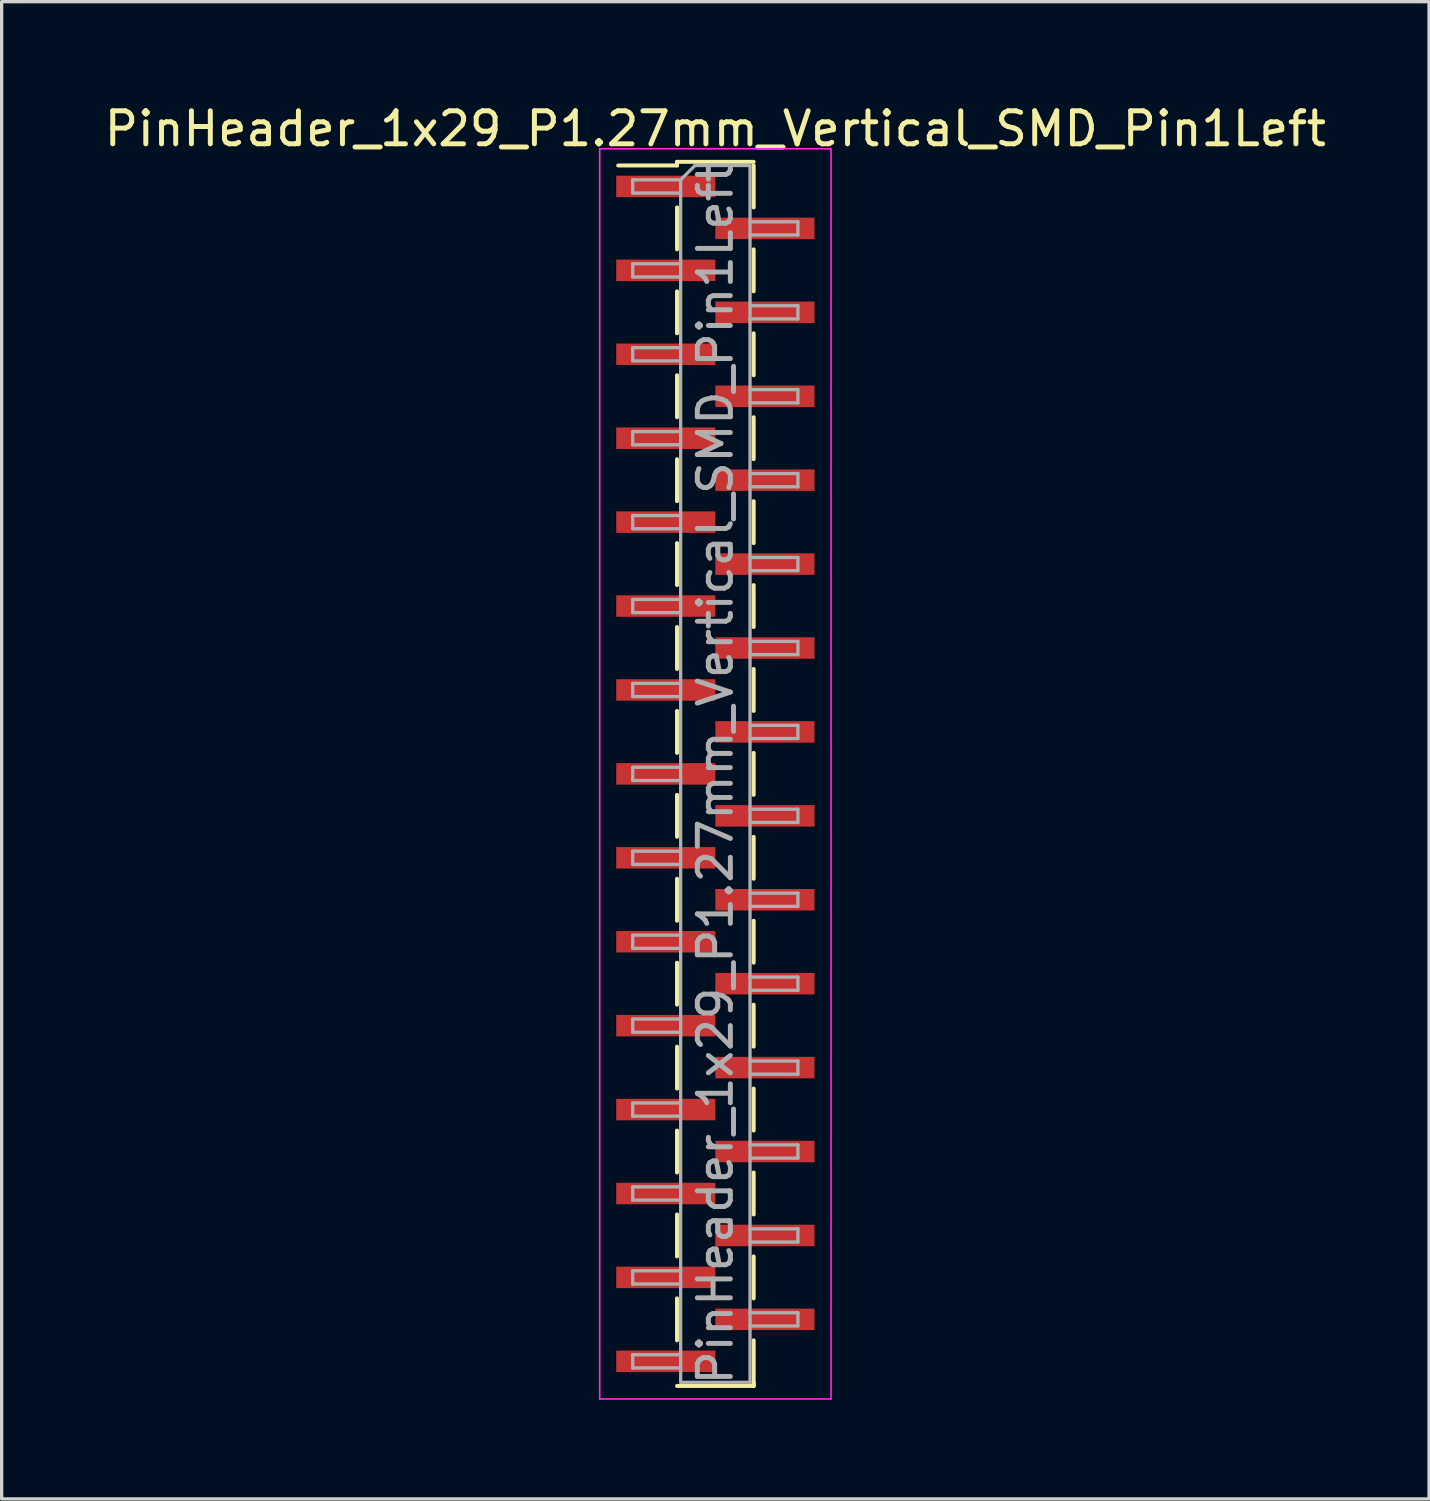
<source format=kicad_pcb>
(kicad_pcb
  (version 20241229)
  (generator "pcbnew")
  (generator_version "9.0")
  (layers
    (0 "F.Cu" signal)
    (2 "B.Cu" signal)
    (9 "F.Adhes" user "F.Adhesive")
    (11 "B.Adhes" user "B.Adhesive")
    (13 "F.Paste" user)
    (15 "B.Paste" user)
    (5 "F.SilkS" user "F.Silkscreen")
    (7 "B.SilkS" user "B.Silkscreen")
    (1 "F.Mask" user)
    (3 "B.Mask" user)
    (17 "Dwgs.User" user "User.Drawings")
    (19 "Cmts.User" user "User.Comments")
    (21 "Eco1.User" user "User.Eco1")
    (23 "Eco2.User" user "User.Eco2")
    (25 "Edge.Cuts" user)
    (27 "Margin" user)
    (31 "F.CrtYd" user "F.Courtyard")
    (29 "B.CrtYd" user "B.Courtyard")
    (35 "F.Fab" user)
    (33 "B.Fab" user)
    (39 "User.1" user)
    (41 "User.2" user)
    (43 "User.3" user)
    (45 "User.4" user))
  (footprint "PinHeader_1x29_P1.27mm_Vertical_SMD_Pin1Left"
    (layer "F.Cu")
    (at 18.601 20.373)
    (property "Reference" "PinHeader_1x29_P1.27mm_Vertical_SMD_Pin1Left" (at 0 -19.525 0) (layer "F.SilkS") (effects (font (size 1 1) (thickness 0.15))))
    (attr smd)
    (fp_line (start -1.16 -18.525) (end -1.16 -18.415) (stroke (width 0.12) (type solid)) (layer "F.SilkS"))
    (fp_line (start -1.16 -18.525) (end 1.16 -18.525) (stroke (width 0.12) (type solid)) (layer "F.SilkS"))
    (fp_line (start -1.16 -18.415) (end -2.94 -18.415) (stroke (width 0.12) (type solid)) (layer "F.SilkS"))
    (fp_line (start -1.16 -17.145) (end -1.16 -15.875) (stroke (width 0.12) (type solid)) (layer "F.SilkS"))
    (fp_line (start -1.16 -14.605) (end -1.16 -13.335) (stroke (width 0.12) (type solid)) (layer "F.SilkS"))
    (fp_line (start -1.16 -12.065) (end -1.16 -10.795) (stroke (width 0.12) (type solid)) (layer "F.SilkS"))
    (fp_line (start -1.16 -9.525) (end -1.16 -8.255) (stroke (width 0.12) (type solid)) (layer "F.SilkS"))
    (fp_line (start -1.16 -6.985) (end -1.16 -5.715) (stroke (width 0.12) (type solid)) (layer "F.SilkS"))
    (fp_line (start -1.16 -4.445) (end -1.16 -3.175) (stroke (width 0.12) (type solid)) (layer "F.SilkS"))
    (fp_line (start -1.16 -1.905) (end -1.16 -0.635) (stroke (width 0.12) (type solid)) (layer "F.SilkS"))
    (fp_line (start -1.16 0.635) (end -1.16 1.905) (stroke (width 0.12) (type solid)) (layer "F.SilkS"))
    (fp_line (start -1.16 3.175) (end -1.16 4.445) (stroke (width 0.12) (type solid)) (layer "F.SilkS"))
    (fp_line (start -1.16 5.715) (end -1.16 6.985) (stroke (width 0.12) (type solid)) (layer "F.SilkS"))
    (fp_line (start -1.16 8.255) (end -1.16 9.525) (stroke (width 0.12) (type solid)) (layer "F.SilkS"))
    (fp_line (start -1.16 10.795) (end -1.16 12.065) (stroke (width 0.12) (type solid)) (layer "F.SilkS"))
    (fp_line (start -1.16 13.335) (end -1.16 14.605) (stroke (width 0.12) (type solid)) (layer "F.SilkS"))
    (fp_line (start -1.16 15.875) (end -1.16 17.145) (stroke (width 0.12) (type solid)) (layer "F.SilkS"))
    (fp_line (start -1.16 18.525) (end 1.16 18.525) (stroke (width 0.12) (type solid)) (layer "F.SilkS"))
    (fp_line (start 1.16 -18.415) (end 1.16 -17.145) (stroke (width 0.12) (type solid)) (layer "F.SilkS"))
    (fp_line (start 1.16 -15.875) (end 1.16 -14.605) (stroke (width 0.12) (type solid)) (layer "F.SilkS"))
    (fp_line (start 1.16 -13.335) (end 1.16 -12.065) (stroke (width 0.12) (type solid)) (layer "F.SilkS"))
    (fp_line (start 1.16 -10.795) (end 1.16 -9.525) (stroke (width 0.12) (type solid)) (layer "F.SilkS"))
    (fp_line (start 1.16 -8.255) (end 1.16 -6.985) (stroke (width 0.12) (type solid)) (layer "F.SilkS"))
    (fp_line (start 1.16 -5.715) (end 1.16 -4.445) (stroke (width 0.12) (type solid)) (layer "F.SilkS"))
    (fp_line (start 1.16 -3.175) (end 1.16 -1.905) (stroke (width 0.12) (type solid)) (layer "F.SilkS"))
    (fp_line (start 1.16 -0.635) (end 1.16 0.635) (stroke (width 0.12) (type solid)) (layer "F.SilkS"))
    (fp_line (start 1.16 1.905) (end 1.16 3.175) (stroke (width 0.12) (type solid)) (layer "F.SilkS"))
    (fp_line (start 1.16 4.445) (end 1.16 5.715) (stroke (width 0.12) (type solid)) (layer "F.SilkS"))
    (fp_line (start 1.16 6.985) (end 1.16 8.255) (stroke (width 0.12) (type solid)) (layer "F.SilkS"))
    (fp_line (start 1.16 9.525) (end 1.16 10.795) (stroke (width 0.12) (type solid)) (layer "F.SilkS"))
    (fp_line (start 1.16 12.065) (end 1.16 13.335) (stroke (width 0.12) (type solid)) (layer "F.SilkS"))
    (fp_line (start 1.16 14.605) (end 1.16 15.875) (stroke (width 0.12) (type solid)) (layer "F.SilkS"))
    (fp_line (start 1.16 17.145) (end 1.16 18.525) (stroke (width 0.12) (type solid)) (layer "F.SilkS"))
    (fp_line (start 1.16 18.415) (end 1.16 18.525) (stroke (width 0.12) (type solid)) (layer "F.SilkS"))
    (fp_line (start -3.5 -18.92) (end -3.5 18.92) (stroke (width 0.05) (type solid)) (layer "F.CrtYd"))
    (fp_line (start -3.5 18.92) (end 3.5 18.92) (stroke (width 0.05) (type solid)) (layer "F.CrtYd"))
    (fp_line (start 3.5 -18.92) (end -3.5 -18.92) (stroke (width 0.05) (type solid)) (layer "F.CrtYd"))
    (fp_line (start 3.5 18.92) (end 3.5 -18.92) (stroke (width 0.05) (type solid)) (layer "F.CrtYd"))
    (fp_line (start -2.5 -17.98) (end -2.5 -17.58) (stroke (width 0.1) (type solid)) (layer "F.Fab"))
    (fp_line (start -2.5 -17.58) (end -1.05 -17.58) (stroke (width 0.1) (type solid)) (layer "F.Fab"))
    (fp_line (start -2.5 -15.44) (end -2.5 -15.04) (stroke (width 0.1) (type solid)) (layer "F.Fab"))
    (fp_line (start -2.5 -15.04) (end -1.05 -15.04) (stroke (width 0.1) (type solid)) (layer "F.Fab"))
    (fp_line (start -2.5 -12.9) (end -2.5 -12.5) (stroke (width 0.1) (type solid)) (layer "F.Fab"))
    (fp_line (start -2.5 -12.5) (end -1.05 -12.5) (stroke (width 0.1) (type solid)) (layer "F.Fab"))
    (fp_line (start -2.5 -10.36) (end -2.5 -9.96) (stroke (width 0.1) (type solid)) (layer "F.Fab"))
    (fp_line (start -2.5 -9.96) (end -1.05 -9.96) (stroke (width 0.1) (type solid)) (layer "F.Fab"))
    (fp_line (start -2.5 -7.82) (end -2.5 -7.42) (stroke (width 0.1) (type solid)) (layer "F.Fab"))
    (fp_line (start -2.5 -7.42) (end -1.05 -7.42) (stroke (width 0.1) (type solid)) (layer "F.Fab"))
    (fp_line (start -2.5 -5.28) (end -2.5 -4.88) (stroke (width 0.1) (type solid)) (layer "F.Fab"))
    (fp_line (start -2.5 -4.88) (end -1.05 -4.88) (stroke (width 0.1) (type solid)) (layer "F.Fab"))
    (fp_line (start -2.5 -2.74) (end -2.5 -2.34) (stroke (width 0.1) (type solid)) (layer "F.Fab"))
    (fp_line (start -2.5 -2.34) (end -1.05 -2.34) (stroke (width 0.1) (type solid)) (layer "F.Fab"))
    (fp_line (start -2.5 -0.2) (end -2.5 0.2) (stroke (width 0.1) (type solid)) (layer "F.Fab"))
    (fp_line (start -2.5 0.2) (end -1.05 0.2) (stroke (width 0.1) (type solid)) (layer "F.Fab"))
    (fp_line (start -2.5 2.34) (end -2.5 2.74) (stroke (width 0.1) (type solid)) (layer "F.Fab"))
    (fp_line (start -2.5 2.74) (end -1.05 2.74) (stroke (width 0.1) (type solid)) (layer "F.Fab"))
    (fp_line (start -2.5 4.88) (end -2.5 5.28) (stroke (width 0.1) (type solid)) (layer "F.Fab"))
    (fp_line (start -2.5 5.28) (end -1.05 5.28) (stroke (width 0.1) (type solid)) (layer "F.Fab"))
    (fp_line (start -2.5 7.42) (end -2.5 7.82) (stroke (width 0.1) (type solid)) (layer "F.Fab"))
    (fp_line (start -2.5 7.82) (end -1.05 7.82) (stroke (width 0.1) (type solid)) (layer "F.Fab"))
    (fp_line (start -2.5 9.96) (end -2.5 10.36) (stroke (width 0.1) (type solid)) (layer "F.Fab"))
    (fp_line (start -2.5 10.36) (end -1.05 10.36) (stroke (width 0.1) (type solid)) (layer "F.Fab"))
    (fp_line (start -2.5 12.5) (end -2.5 12.9) (stroke (width 0.1) (type solid)) (layer "F.Fab"))
    (fp_line (start -2.5 12.9) (end -1.05 12.9) (stroke (width 0.1) (type solid)) (layer "F.Fab"))
    (fp_line (start -2.5 15.04) (end -2.5 15.44) (stroke (width 0.1) (type solid)) (layer "F.Fab"))
    (fp_line (start -2.5 15.44) (end -1.05 15.44) (stroke (width 0.1) (type solid)) (layer "F.Fab"))
    (fp_line (start -2.5 17.58) (end -2.5 17.98) (stroke (width 0.1) (type solid)) (layer "F.Fab"))
    (fp_line (start -2.5 17.98) (end -1.05 17.98) (stroke (width 0.1) (type solid)) (layer "F.Fab"))
    (fp_line (start -1.05 -17.98) (end -2.5 -17.98) (stroke (width 0.1) (type solid)) (layer "F.Fab"))
    (fp_line (start -1.05 -17.98) (end -0.615 -18.415) (stroke (width 0.1) (type solid)) (layer "F.Fab"))
    (fp_line (start -1.05 -15.44) (end -2.5 -15.44) (stroke (width 0.1) (type solid)) (layer "F.Fab"))
    (fp_line (start -1.05 -12.9) (end -2.5 -12.9) (stroke (width 0.1) (type solid)) (layer "F.Fab"))
    (fp_line (start -1.05 -10.36) (end -2.5 -10.36) (stroke (width 0.1) (type solid)) (layer "F.Fab"))
    (fp_line (start -1.05 -7.82) (end -2.5 -7.82) (stroke (width 0.1) (type solid)) (layer "F.Fab"))
    (fp_line (start -1.05 -5.28) (end -2.5 -5.28) (stroke (width 0.1) (type solid)) (layer "F.Fab"))
    (fp_line (start -1.05 -2.74) (end -2.5 -2.74) (stroke (width 0.1) (type solid)) (layer "F.Fab"))
    (fp_line (start -1.05 -0.2) (end -2.5 -0.2) (stroke (width 0.1) (type solid)) (layer "F.Fab"))
    (fp_line (start -1.05 2.34) (end -2.5 2.34) (stroke (width 0.1) (type solid)) (layer "F.Fab"))
    (fp_line (start -1.05 4.88) (end -2.5 4.88) (stroke (width 0.1) (type solid)) (layer "F.Fab"))
    (fp_line (start -1.05 7.42) (end -2.5 7.42) (stroke (width 0.1) (type solid)) (layer "F.Fab"))
    (fp_line (start -1.05 9.96) (end -2.5 9.96) (stroke (width 0.1) (type solid)) (layer "F.Fab"))
    (fp_line (start -1.05 12.5) (end -2.5 12.5) (stroke (width 0.1) (type solid)) (layer "F.Fab"))
    (fp_line (start -1.05 15.04) (end -2.5 15.04) (stroke (width 0.1) (type solid)) (layer "F.Fab"))
    (fp_line (start -1.05 17.58) (end -2.5 17.58) (stroke (width 0.1) (type solid)) (layer "F.Fab"))
    (fp_line (start -1.05 18.415) (end -1.05 -17.98) (stroke (width 0.1) (type solid)) (layer "F.Fab"))
    (fp_line (start -0.615 -18.415) (end 1.05 -18.415) (stroke (width 0.1) (type solid)) (layer "F.Fab"))
    (fp_line (start 1.05 -18.415) (end 1.05 18.415) (stroke (width 0.1) (type solid)) (layer "F.Fab"))
    (fp_line (start 1.05 -16.71) (end 2.5 -16.71) (stroke (width 0.1) (type solid)) (layer "F.Fab"))
    (fp_line (start 1.05 -14.17) (end 2.5 -14.17) (stroke (width 0.1) (type solid)) (layer "F.Fab"))
    (fp_line (start 1.05 -11.63) (end 2.5 -11.63) (stroke (width 0.1) (type solid)) (layer "F.Fab"))
    (fp_line (start 1.05 -9.09) (end 2.5 -9.09) (stroke (width 0.1) (type solid)) (layer "F.Fab"))
    (fp_line (start 1.05 -6.55) (end 2.5 -6.55) (stroke (width 0.1) (type solid)) (layer "F.Fab"))
    (fp_line (start 1.05 -4.01) (end 2.5 -4.01) (stroke (width 0.1) (type solid)) (layer "F.Fab"))
    (fp_line (start 1.05 -1.47) (end 2.5 -1.47) (stroke (width 0.1) (type solid)) (layer "F.Fab"))
    (fp_line (start 1.05 1.07) (end 2.5 1.07) (stroke (width 0.1) (type solid)) (layer "F.Fab"))
    (fp_line (start 1.05 3.61) (end 2.5 3.61) (stroke (width 0.1) (type solid)) (layer "F.Fab"))
    (fp_line (start 1.05 6.15) (end 2.5 6.15) (stroke (width 0.1) (type solid)) (layer "F.Fab"))
    (fp_line (start 1.05 8.69) (end 2.5 8.69) (stroke (width 0.1) (type solid)) (layer "F.Fab"))
    (fp_line (start 1.05 11.23) (end 2.5 11.23) (stroke (width 0.1) (type solid)) (layer "F.Fab"))
    (fp_line (start 1.05 13.77) (end 2.5 13.77) (stroke (width 0.1) (type solid)) (layer "F.Fab"))
    (fp_line (start 1.05 16.31) (end 2.5 16.31) (stroke (width 0.1) (type solid)) (layer "F.Fab"))
    (fp_line (start 1.05 18.415) (end -1.05 18.415) (stroke (width 0.1) (type solid)) (layer "F.Fab"))
    (fp_line (start 2.5 -16.71) (end 2.5 -16.31) (stroke (width 0.1) (type solid)) (layer "F.Fab"))
    (fp_line (start 2.5 -16.31) (end 1.05 -16.31) (stroke (width 0.1) (type solid)) (layer "F.Fab"))
    (fp_line (start 2.5 -14.17) (end 2.5 -13.77) (stroke (width 0.1) (type solid)) (layer "F.Fab"))
    (fp_line (start 2.5 -13.77) (end 1.05 -13.77) (stroke (width 0.1) (type solid)) (layer "F.Fab"))
    (fp_line (start 2.5 -11.63) (end 2.5 -11.23) (stroke (width 0.1) (type solid)) (layer "F.Fab"))
    (fp_line (start 2.5 -11.23) (end 1.05 -11.23) (stroke (width 0.1) (type solid)) (layer "F.Fab"))
    (fp_line (start 2.5 -9.09) (end 2.5 -8.69) (stroke (width 0.1) (type solid)) (layer "F.Fab"))
    (fp_line (start 2.5 -8.69) (end 1.05 -8.69) (stroke (width 0.1) (type solid)) (layer "F.Fab"))
    (fp_line (start 2.5 -6.55) (end 2.5 -6.15) (stroke (width 0.1) (type solid)) (layer "F.Fab"))
    (fp_line (start 2.5 -6.15) (end 1.05 -6.15) (stroke (width 0.1) (type solid)) (layer "F.Fab"))
    (fp_line (start 2.5 -4.01) (end 2.5 -3.61) (stroke (width 0.1) (type solid)) (layer "F.Fab"))
    (fp_line (start 2.5 -3.61) (end 1.05 -3.61) (stroke (width 0.1) (type solid)) (layer "F.Fab"))
    (fp_line (start 2.5 -1.47) (end 2.5 -1.07) (stroke (width 0.1) (type solid)) (layer "F.Fab"))
    (fp_line (start 2.5 -1.07) (end 1.05 -1.07) (stroke (width 0.1) (type solid)) (layer "F.Fab"))
    (fp_line (start 2.5 1.07) (end 2.5 1.47) (stroke (width 0.1) (type solid)) (layer "F.Fab"))
    (fp_line (start 2.5 1.47) (end 1.05 1.47) (stroke (width 0.1) (type solid)) (layer "F.Fab"))
    (fp_line (start 2.5 3.61) (end 2.5 4.01) (stroke (width 0.1) (type solid)) (layer "F.Fab"))
    (fp_line (start 2.5 4.01) (end 1.05 4.01) (stroke (width 0.1) (type solid)) (layer "F.Fab"))
    (fp_line (start 2.5 6.15) (end 2.5 6.55) (stroke (width 0.1) (type solid)) (layer "F.Fab"))
    (fp_line (start 2.5 6.55) (end 1.05 6.55) (stroke (width 0.1) (type solid)) (layer "F.Fab"))
    (fp_line (start 2.5 8.69) (end 2.5 9.09) (stroke (width 0.1) (type solid)) (layer "F.Fab"))
    (fp_line (start 2.5 9.09) (end 1.05 9.09) (stroke (width 0.1) (type solid)) (layer "F.Fab"))
    (fp_line (start 2.5 11.23) (end 2.5 11.63) (stroke (width 0.1) (type solid)) (layer "F.Fab"))
    (fp_line (start 2.5 11.63) (end 1.05 11.63) (stroke (width 0.1) (type solid)) (layer "F.Fab"))
    (fp_line (start 2.5 13.77) (end 2.5 14.17) (stroke (width 0.1) (type solid)) (layer "F.Fab"))
    (fp_line (start 2.5 14.17) (end 1.05 14.17) (stroke (width 0.1) (type solid)) (layer "F.Fab"))
    (fp_line (start 2.5 16.31) (end 2.5 16.71) (stroke (width 0.1) (type solid)) (layer "F.Fab"))
    (fp_line (start 2.5 16.71) (end 1.05 16.71) (stroke (width 0.1) (type solid)) (layer "F.Fab"))
    (fp_text user "${REFERENCE}" (at 0 0 90) (layer "F.Fab") (effects (font (size 1 1) (thickness 0.15))))
    (pad "1" smd rect (at -1.5 -17.78) (size 3 0.65) (layers "F.Cu" "F.Mask" "F.Paste"))
    (pad "2" smd rect (at 1.5 -16.51) (size 3 0.65) (layers "F.Cu" "F.Mask" "F.Paste"))
    (pad "3" smd rect (at -1.5 -15.24) (size 3 0.65) (layers "F.Cu" "F.Mask" "F.Paste"))
    (pad "4" smd rect (at 1.5 -13.97) (size 3 0.65) (layers "F.Cu" "F.Mask" "F.Paste"))
    (pad "5" smd rect (at -1.5 -12.7) (size 3 0.65) (layers "F.Cu" "F.Mask" "F.Paste"))
    (pad "6" smd rect (at 1.5 -11.43) (size 3 0.65) (layers "F.Cu" "F.Mask" "F.Paste"))
    (pad "7" smd rect (at -1.5 -10.16) (size 3 0.65) (layers "F.Cu" "F.Mask" "F.Paste"))
    (pad "8" smd rect (at 1.5 -8.89) (size 3 0.65) (layers "F.Cu" "F.Mask" "F.Paste"))
    (pad "9" smd rect (at -1.5 -7.62) (size 3 0.65) (layers "F.Cu" "F.Mask" "F.Paste"))
    (pad "10" smd rect (at 1.5 -6.35) (size 3 0.65) (layers "F.Cu" "F.Mask" "F.Paste"))
    (pad "11" smd rect (at -1.5 -5.08) (size 3 0.65) (layers "F.Cu" "F.Mask" "F.Paste"))
    (pad "12" smd rect (at 1.5 -3.81) (size 3 0.65) (layers "F.Cu" "F.Mask" "F.Paste"))
    (pad "13" smd rect (at -1.5 -2.54) (size 3 0.65) (layers "F.Cu" "F.Mask" "F.Paste"))
    (pad "14" smd rect (at 1.5 -1.27) (size 3 0.65) (layers "F.Cu" "F.Mask" "F.Paste"))
    (pad "15" smd rect (at -1.5 0) (size 3 0.65) (layers "F.Cu" "F.Mask" "F.Paste"))
    (pad "16" smd rect (at 1.5 1.27) (size 3 0.65) (layers "F.Cu" "F.Mask" "F.Paste"))
    (pad "17" smd rect (at -1.5 2.54) (size 3 0.65) (layers "F.Cu" "F.Mask" "F.Paste"))
    (pad "18" smd rect (at 1.5 3.81) (size 3 0.65) (layers "F.Cu" "F.Mask" "F.Paste"))
    (pad "19" smd rect (at -1.5 5.08) (size 3 0.65) (layers "F.Cu" "F.Mask" "F.Paste"))
    (pad "20" smd rect (at 1.5 6.35) (size 3 0.65) (layers "F.Cu" "F.Mask" "F.Paste"))
    (pad "21" smd rect (at -1.5 7.62) (size 3 0.65) (layers "F.Cu" "F.Mask" "F.Paste"))
    (pad "22" smd rect (at 1.5 8.89) (size 3 0.65) (layers "F.Cu" "F.Mask" "F.Paste"))
    (pad "23" smd rect (at -1.5 10.16) (size 3 0.65) (layers "F.Cu" "F.Mask" "F.Paste"))
    (pad "24" smd rect (at 1.5 11.43) (size 3 0.65) (layers "F.Cu" "F.Mask" "F.Paste"))
    (pad "25" smd rect (at -1.5 12.7) (size 3 0.65) (layers "F.Cu" "F.Mask" "F.Paste"))
    (pad "26" smd rect (at 1.5 13.97) (size 3 0.65) (layers "F.Cu" "F.Mask" "F.Paste"))
    (pad "27" smd rect (at -1.5 15.24) (size 3 0.65) (layers "F.Cu" "F.Mask" "F.Paste"))
    (pad "28" smd rect (at 1.5 16.51) (size 3 0.65) (layers "F.Cu" "F.Mask" "F.Paste"))
    (pad "29" smd rect (at -1.5 17.78) (size 3 0.65) (layers "F.Cu" "F.Mask" "F.Paste")))
  (gr_rect
    (start -3 -3)
    (end 40.202 42.318)
    (stroke (width 0.1) (type default))
    (fill no)
    (layer "Edge.Cuts")))
</source>
